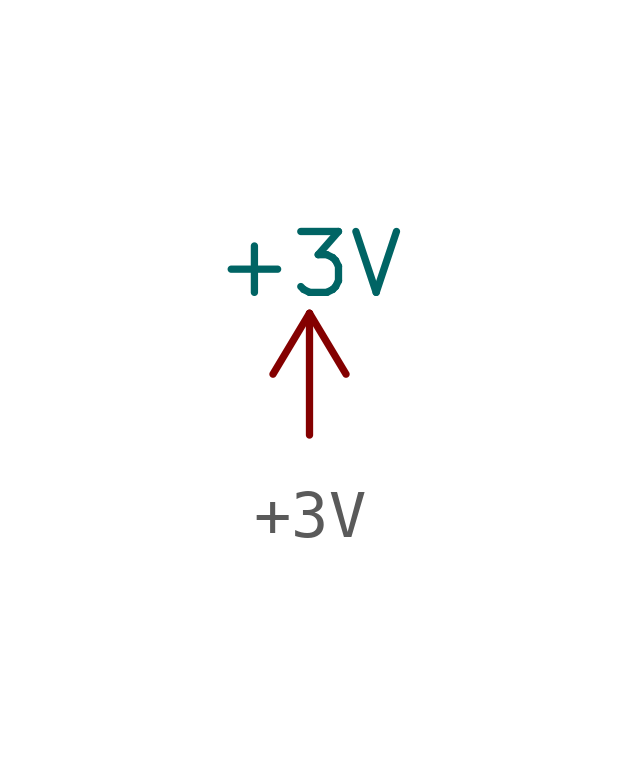
<source format=kicad_sym>
(kicad_symbol_lib
  (version 20211014)
  (generator kicad_symbol_editor)
  (symbol "+3V"
    (power)
    (pin_names
      (offset 0))
    (property "Reference" "#PWR"
      (at 0 -3.81 0)
      (effects (font (size 1.27 1.27)) hide))
    (property "Value" "+3V"
      (at 0 3.556 0)
      (effects (font (size 1.27 1.27))))
    (symbol "+3V_0_1"
      (polyline (pts (xy -0.762 1.27) (xy 0 2.54)) (stroke (width 0) (type default) (color 0 0 0 0)) (fill (type none)))
      (polyline (pts (xy 0 0) (xy 0 2.54)) (stroke (width 0) (type default) (color 0 0 0 0)) (fill (type none)))
      (polyline (pts (xy 0 2.54) (xy 0.762 1.27)) (stroke (width 0) (type default) (color 0 0 0 0)) (fill (type none))))
    (symbol "+3V_1_1"
      (pin power_in line (at 0 0 90) (length 0) hide (name "+3V0" (effects (font (size 1.27 1.27)))) (number "1" (effects (font (size 1.27 1.27))))))))
</source>
